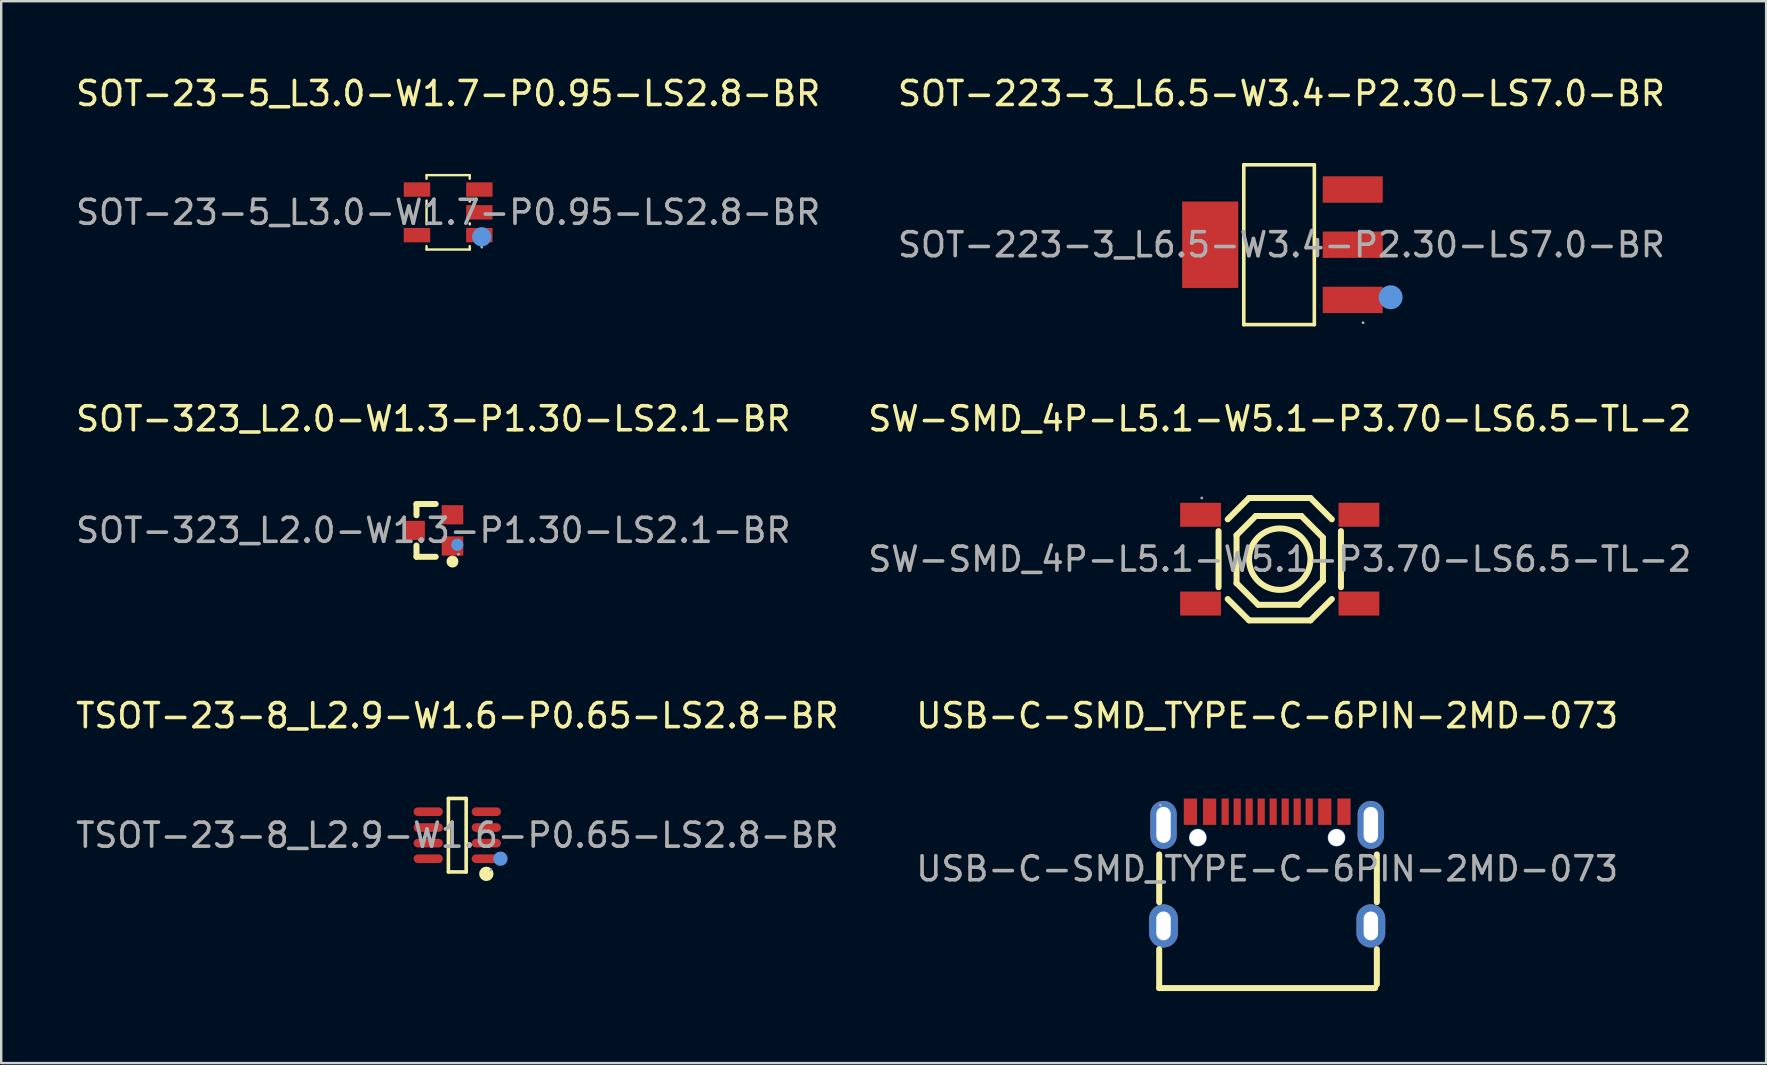
<source format=kicad_pcb>
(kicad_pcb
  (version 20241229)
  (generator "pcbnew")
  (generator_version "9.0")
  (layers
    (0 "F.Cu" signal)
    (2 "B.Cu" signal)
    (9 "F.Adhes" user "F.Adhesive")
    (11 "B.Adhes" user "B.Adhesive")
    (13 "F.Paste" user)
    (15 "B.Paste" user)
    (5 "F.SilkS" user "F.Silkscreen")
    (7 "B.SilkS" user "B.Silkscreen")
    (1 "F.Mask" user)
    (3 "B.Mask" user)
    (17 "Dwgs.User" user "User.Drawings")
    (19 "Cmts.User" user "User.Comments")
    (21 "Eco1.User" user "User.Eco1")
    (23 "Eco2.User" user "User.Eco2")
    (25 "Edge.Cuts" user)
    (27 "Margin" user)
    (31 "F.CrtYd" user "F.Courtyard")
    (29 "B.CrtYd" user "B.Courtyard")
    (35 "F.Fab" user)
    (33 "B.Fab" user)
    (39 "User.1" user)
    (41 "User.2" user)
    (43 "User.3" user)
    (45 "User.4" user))
  (footprint "SOT-223-3_L6.5-W3.4-P2.30-LS7.0-BR"
    (layer "F.Cu")
    (at 50.351 7.148)
    (property "Reference" "SOT-223-3_L6.5-W3.4-P2.30-LS7.0-BR" (at 0 -6.3 0) (layer "F.SilkS") (effects (font (size 1 1) (thickness 0.15))))
    (attr smd)
    (fp_line (start -1.57 -3.33) (end 1.37 -3.33) (stroke (width 0.15) (type solid)) (layer "F.SilkS"))
    (fp_line (start -1.57 3.33) (end -1.57 -3.33) (stroke (width 0.15) (type solid)) (layer "F.SilkS"))
    (fp_line (start 1.37 -3.33) (end 1.37 3.33) (stroke (width 0.15) (type solid)) (layer "F.SilkS"))
    (fp_line (start 1.37 3.33) (end -1.57 3.33) (stroke (width 0.15) (type solid)) (layer "F.SilkS"))
    (fp_circle (center 4.55 2.19) (end 4.8 2.19) (stroke (width 0.5) (type solid)) (fill no) (layer "Cmts.User"))
    (fp_circle (center 3.4 3.25) (end 3.43 3.25) (stroke (width 0.06) (type solid)) (fill no) (layer "F.Fab"))
    (fp_text user "${REFERENCE}" (at 0 0 0) (layer "F.Fab") (effects (font (size 1 1) (thickness 0.15))))
    (pad "1" smd rect (at 2.97 2.3) (size 2.5 1.1) (layers "F.Cu" "F.Mask" "F.Paste"))
    (pad "2" smd rect (at 2.97 0) (size 2.5 1.1) (layers "F.Cu" "F.Mask" "F.Paste"))
    (pad "3" smd rect (at 2.97 -2.3) (size 2.5 1.1) (layers "F.Cu" "F.Mask" "F.Paste"))
    (pad "4" smd rect (at -2.97 0) (size 2.34 3.6) (layers "F.Cu" "F.Mask" "F.Paste")))
  (footprint "SOT-23-5_L3.0-W1.7-P0.95-LS2.8-BR"
    (layer "F.Cu")
    (at 15.625 5.798)
    (property "Reference" "SOT-23-5_L3.0-W1.7-P0.95-LS2.8-BR" (at 0 -4.95 0) (layer "F.SilkS") (effects (font (size 1 1) (thickness 0.15))))
    (attr smd)
    (fp_line (start -0.9 -1.55) (end -0.9 -1.4) (stroke (width 0.1) (type solid)) (layer "F.SilkS"))
    (fp_line (start -0.9 -1.55) (end 0.9 -1.55) (stroke (width 0.1) (type solid)) (layer "F.SilkS"))
    (fp_line (start -0.9 -0.49) (end -0.9 0.5) (stroke (width 0.1) (type solid)) (layer "F.SilkS"))
    (fp_line (start -0.9 1.41) (end -0.9 1.55) (stroke (width 0.1) (type solid)) (layer "F.SilkS"))
    (fp_line (start -0.9 1.55) (end 0.9 1.55) (stroke (width 0.1) (type solid)) (layer "F.SilkS"))
    (fp_line (start 0.9 -1.55) (end 0.9 -1.4) (stroke (width 0.1) (type solid)) (layer "F.SilkS"))
    (fp_line (start 0.9 -0.49) (end 0.9 -0.45) (stroke (width 0.1) (type solid)) (layer "F.SilkS"))
    (fp_line (start 0.9 0.46) (end 0.9 0.5) (stroke (width 0.1) (type solid)) (layer "F.SilkS"))
    (fp_line (start 0.9 1.41) (end 0.9 1.55) (stroke (width 0.1) (type solid)) (layer "F.SilkS"))
    (fp_circle (center 1.4 1.02) (end 1.6 1.02) (stroke (width 0.4) (type solid)) (fill no) (layer "Cmts.User"))
    (fp_circle (center 1.4 1.45) (end 1.43 1.45) (stroke (width 0.06) (type solid)) (fill no) (layer "F.Fab"))
    (fp_text user "${REFERENCE}" (at 0 0 0) (layer "F.Fab") (effects (font (size 1 1) (thickness 0.15))))
    (pad "1" smd rect (at 1.3 0.95) (size 1.1 0.6) (layers "F.Cu" "F.Mask" "F.Paste"))
    (pad "2" smd rect (at 1.3 0) (size 1.1 0.6) (layers "F.Cu" "F.Mask" "F.Paste"))
    (pad "3" smd rect (at 1.3 -0.95) (size 1.1 0.6) (layers "F.Cu" "F.Mask" "F.Paste"))
    (pad "4" smd rect (at -1.3 -0.95) (size 1.1 0.6) (layers "F.Cu" "F.Mask" "F.Paste"))
    (pad "5" smd rect (at -1.3 0.95) (size 1.1 0.6) (layers "F.Cu" "F.Mask" "F.Paste")))
  (footprint "SOT-323_L2.0-W1.3-P1.30-LS2.1-BR"
    (layer "F.Cu")
    (at 15.006 19.052)
    (property "Reference" "SOT-323_L2.0-W1.3-P1.30-LS2.1-BR" (at 0 -4.65 0) (layer "F.SilkS") (effects (font (size 1 1) (thickness 0.15))))
    (attr smd)
    (fp_line (start -0.7 -1.1) (end 0.1 -1.1) (stroke (width 0.25) (type solid)) (layer "F.SilkS"))
    (fp_line (start -0.7 -0.63) (end -0.7 -1.1) (stroke (width 0.25) (type solid)) (layer "F.SilkS"))
    (fp_line (start -0.7 1.1) (end -0.7 0.63) (stroke (width 0.25) (type solid)) (layer "F.SilkS"))
    (fp_line (start -0.7 1.1) (end 0.1 1.1) (stroke (width 0.25) (type solid)) (layer "F.SilkS"))
    (fp_arc (start 0.8 1.3) (mid 0.8 1.3) (end 0.8 1.3) (stroke (width 0.25) (type solid)) (layer "F.SilkS"))
    (fp_circle (center 1 0.6) (end 1.13 0.6) (stroke (width 0.25) (type solid)) (fill no) (layer "Cmts.User"))
    (fp_circle (center 1.05 1) (end 1.08 1) (stroke (width 0.06) (type solid)) (fill no) (layer "F.Fab"))
    (fp_text user "${REFERENCE}" (at 0 0 0) (layer "F.Fab") (effects (font (size 1 1) (thickness 0.15))))
    (pad "1" smd rect (at 0.8 0.65 90) (size 0.8 0.9) (layers "F.Cu" "F.Mask" "F.Paste"))
    (pad "2" smd rect (at 0.8 -0.65 90) (size 0.8 0.9) (layers "F.Cu" "F.Mask" "F.Paste"))
    (pad "3" smd rect (at -0.8 0 90) (size 0.8 0.9) (layers "F.Cu" "F.Mask" "F.Paste")))
  (footprint "USB-C-SMD_TYPE-C-6PIN-2MD-073"
    (layer "F.Cu")
    (at 49.756 33.155)
    (property "Reference" "USB-C-SMD_TYPE-C-6PIN-2MD-073" (at 0 -6.38 0) (layer "F.SilkS") (effects (font (size 1 1) (thickness 0.15))))
    (attr smd)
    (fp_line (start -4.5 1.39) (end -4.5 -0.6) (stroke (width 0.25) (type solid)) (layer "F.SilkS"))
    (fp_line (start -4.5 4.97) (end -4.5 3.35) (stroke (width 0.25) (type solid)) (layer "F.SilkS"))
    (fp_line (start 4.5 4.97) (end -4.5 4.97) (stroke (width 0.25) (type solid)) (layer "F.SilkS"))
    (fp_line (start 4.57 1.39) (end 4.57 -0.6) (stroke (width 0.25) (type solid)) (layer "F.SilkS"))
    (fp_line (start 4.57 4.82) (end 4.57 3.35) (stroke (width 0.25) (type solid)) (layer "F.SilkS"))
    (fp_circle (center -2.89 -1.3) (end -2.77 -1.3) (stroke (width 0.25) (type solid)) (fill no) (layer "Cmts.User"))
    (fp_circle (center 2.89 -1.3) (end 3.01 -1.3) (stroke (width 0.25) (type solid)) (fill no) (layer "Cmts.User"))
    (fp_circle (center -4.45 -2.65) (end -4.42 -2.65) (stroke (width 0.06) (type solid)) (fill no) (layer "F.Fab"))
    (fp_text user "${REFERENCE}" (at 0 0 0) (layer "F.Fab") (effects (font (size 1 1) (thickness 0.15))))
    (pad "" thru_hole circle (at -2.89 -1.3) (size 0.7 0.7) (drill 0.7) (layers "*.Cu" "*.Mask"))
    (pad "" thru_hole circle (at 2.89 -1.3) (size 0.7 0.7) (drill 0.7) (layers "*.Cu" "*.Mask"))
    (pad "1" smd rect (at -3.2 -2.38) (size 0.55 1.1) (layers "F.Cu" "F.Mask" "F.Paste"))
    (pad "2" smd rect (at -2.4 -2.38) (size 0.55 1.1) (layers "F.Cu" "F.Mask" "F.Paste"))
    (pad "3" smd rect (at -1.75 -2.38) (size 0.3 1.1) (layers "F.Cu" "F.Mask" "F.Paste"))
    (pad "4" smd rect (at -1.25 -2.38) (size 0.3 1.1) (layers "F.Cu" "F.Mask" "F.Paste"))
    (pad "5" smd rect (at -0.75 -2.38) (size 0.3 1.1) (layers "F.Cu" "F.Mask" "F.Paste"))
    (pad "6" smd rect (at -0.25 -2.38) (size 0.3 1.1) (layers "F.Cu" "F.Mask" "F.Paste"))
    (pad "7" smd rect (at 0.25 -2.38) (size 0.3 1.1) (layers "F.Cu" "F.Mask" "F.Paste"))
    (pad "8" smd rect (at 0.75 -2.38) (size 0.3 1.1) (layers "F.Cu" "F.Mask" "F.Paste"))
    (pad "9" smd rect (at 1.25 -2.38) (size 0.3 1.1) (layers "F.Cu" "F.Mask" "F.Paste"))
    (pad "10" smd rect (at 1.75 -2.38) (size 0.3 1.1) (layers "F.Cu" "F.Mask" "F.Paste"))
    (pad "11" smd rect (at 2.4 -2.38) (size 0.55 1.1) (layers "F.Cu" "F.Mask" "F.Paste"))
    (pad "12" smd rect (at 3.2 -2.38) (size 0.55 1.1) (layers "F.Cu" "F.Mask" "F.Paste"))
    (pad "13" thru_hole oval (at -4.32 -1.83) (size 1.1 2) (drill oval 0.6 1.5) (layers "*.Cu" "*.Mask"))
    (pad "13" thru_hole oval (at -4.32 2.38) (size 1.2 1.8) (drill oval 0.6 1.2) (layers "*.Cu" "*.Mask"))
    (pad "14" thru_hole oval (at 4.32 -1.83) (size 1.1 2) (drill oval 0.6 1.5) (layers "*.Cu" "*.Mask"))
    (pad "14" thru_hole oval (at 4.32 2.38) (size 1.2 1.8) (drill oval 0.6 1.2) (layers "*.Cu" "*.Mask")))
  (footprint "TSOT-23-8_L2.9-W1.6-P0.65-LS2.8-BR"
    (layer "F.Cu")
    (at 16.006 31.755)
    (property "Reference" "TSOT-23-8_L2.9-W1.6-P0.65-LS2.8-BR" (at 0 -4.98 0) (layer "F.SilkS") (effects (font (size 1 1) (thickness 0.15))))
    (attr smd)
    (fp_line (start -0.37 -1.53) (end 0.37 -1.53) (stroke (width 0.15) (type solid)) (layer "F.SilkS"))
    (fp_line (start -0.37 1.53) (end -0.37 -1.53) (stroke (width 0.15) (type solid)) (layer "F.SilkS"))
    (fp_line (start 0.37 -1.53) (end 0.37 1.53) (stroke (width 0.15) (type solid)) (layer "F.SilkS"))
    (fp_line (start 0.37 1.53) (end -0.37 1.53) (stroke (width 0.15) (type solid)) (layer "F.SilkS"))
    (fp_circle (center 1.21 1.61) (end 1.36 1.61) (stroke (width 0.3) (type solid)) (fill no) (layer "F.SilkS"))
    (fp_circle (center 1.8 0.98) (end 1.95 0.98) (stroke (width 0.3) (type solid)) (fill no) (layer "Cmts.User"))
    (fp_circle (center 1.4 1.45) (end 1.43 1.45) (stroke (width 0.06) (type solid)) (fill no) (layer "F.Fab"))
    (fp_text user "${REFERENCE}" (at 0 0 0) (layer "F.Fab") (effects (font (size 1 1) (thickness 0.15))))
    (pad "1" smd oval (at 1.21 0.98) (size 1.22 0.36) (layers "F.Cu" "F.Mask" "F.Paste"))
    (pad "2" smd oval (at 1.21 0.33) (size 1.22 0.36) (layers "F.Cu" "F.Mask" "F.Paste"))
    (pad "3" smd oval (at 1.21 -0.32) (size 1.22 0.36) (layers "F.Cu" "F.Mask" "F.Paste"))
    (pad "4" smd oval (at 1.21 -0.98) (size 1.22 0.36) (layers "F.Cu" "F.Mask" "F.Paste"))
    (pad "5" smd oval (at -1.21 -0.98) (size 1.22 0.36) (layers "F.Cu" "F.Mask" "F.Paste"))
    (pad "6" smd oval (at -1.21 -0.32) (size 1.22 0.36) (layers "F.Cu" "F.Mask" "F.Paste"))
    (pad "7" smd oval (at -1.21 0.33) (size 1.22 0.36) (layers "F.Cu" "F.Mask" "F.Paste"))
    (pad "8" smd oval (at -1.21 0.98) (size 1.22 0.36) (layers "F.Cu" "F.Mask" "F.Paste")))
  (footprint "SW-SMD_4P-L5.1-W5.1-P3.70-LS6.5-TL-2"
    (layer "F.Cu")
    (at 50.28 20.252)
    (property "Reference" "SW-SMD_4P-L5.1-W5.1-P3.70-LS6.5-TL-2" (at 0 -5.85 0) (layer "F.SilkS") (effects (font (size 1 1) (thickness 0.15))))
    (attr smd)
    (fp_line (start -2.55 -1.17) (end -2.55 1.17) (stroke (width 0.25) (type solid)) (layer "F.SilkS"))
    (fp_line (start -2.17 1.66) (end -1.28 2.55) (stroke (width 0.25) (type solid)) (layer "F.SilkS"))
    (fp_line (start -1.8 -1) (end -1 -1.8) (stroke (width 0.25) (type solid)) (layer "F.SilkS"))
    (fp_line (start -1.8 1) (end -1.8 -1) (stroke (width 0.25) (type solid)) (layer "F.SilkS"))
    (fp_line (start -1.28 -2.55) (end -2.17 -1.66) (stroke (width 0.25) (type solid)) (layer "F.SilkS"))
    (fp_line (start -1.28 -2.55) (end 1.28 -2.55) (stroke (width 0.25) (type solid)) (layer "F.SilkS"))
    (fp_line (start -1.28 2.55) (end 1.28 2.55) (stroke (width 0.25) (type solid)) (layer "F.SilkS"))
    (fp_line (start -1 -1.8) (end 0.9 -1.8) (stroke (width 0.25) (type solid)) (layer "F.SilkS"))
    (fp_line (start -0.9 1.9) (end -1.8 1) (stroke (width 0.25) (type solid)) (layer "F.SilkS"))
    (fp_line (start 0.8 1.9) (end -0.9 1.9) (stroke (width 0.25) (type solid)) (layer "F.SilkS"))
    (fp_line (start 0.9 -1.8) (end 1.8 -0.9) (stroke (width 0.25) (type solid)) (layer "F.SilkS"))
    (fp_line (start 1.28 -2.55) (end 2.17 -1.66) (stroke (width 0.25) (type solid)) (layer "F.SilkS"))
    (fp_line (start 1.8 -0.9) (end 1.8 0.9) (stroke (width 0.25) (type solid)) (layer "F.SilkS"))
    (fp_line (start 1.8 0.9) (end 0.8 1.9) (stroke (width 0.25) (type solid)) (layer "F.SilkS"))
    (fp_line (start 2.17 1.66) (end 1.28 2.55) (stroke (width 0.25) (type solid)) (layer "F.SilkS"))
    (fp_line (start 2.55 -1.17) (end 2.55 1.17) (stroke (width 0.25) (type solid)) (layer "F.SilkS"))
    (fp_circle (center 0 0) (end 1.28 0) (stroke (width 0.25) (type solid)) (fill no) (layer "F.SilkS"))
    (fp_circle (center -3.25 -2.55) (end -3.22 -2.55) (stroke (width 0.06) (type solid)) (fill no) (layer "F.Fab"))
    (fp_text user "${REFERENCE}" (at 0 0 0) (layer "F.Fab") (effects (font (size 1 1) (thickness 0.15))))
    (pad "1" smd rect (at -3.3 -1.85) (size 1.7 1) (layers "F.Cu" "F.Mask" "F.Paste"))
    (pad "2" smd rect (at 3.3 -1.85) (size 1.7 1) (layers "F.Cu" "F.Mask" "F.Paste"))
    (pad "3" smd rect (at -3.3 1.85) (size 1.7 1) (layers "F.Cu" "F.Mask" "F.Paste"))
    (pad "4" smd rect (at 3.3 1.85) (size 1.7 1) (layers "F.Cu" "F.Mask" "F.Paste")))
  (gr_rect
    (start -3 -3)
    (end 70.548 41.25)
    (stroke (width 0.1) (type default))
    (fill no)
    (layer "Edge.Cuts")))
</source>
